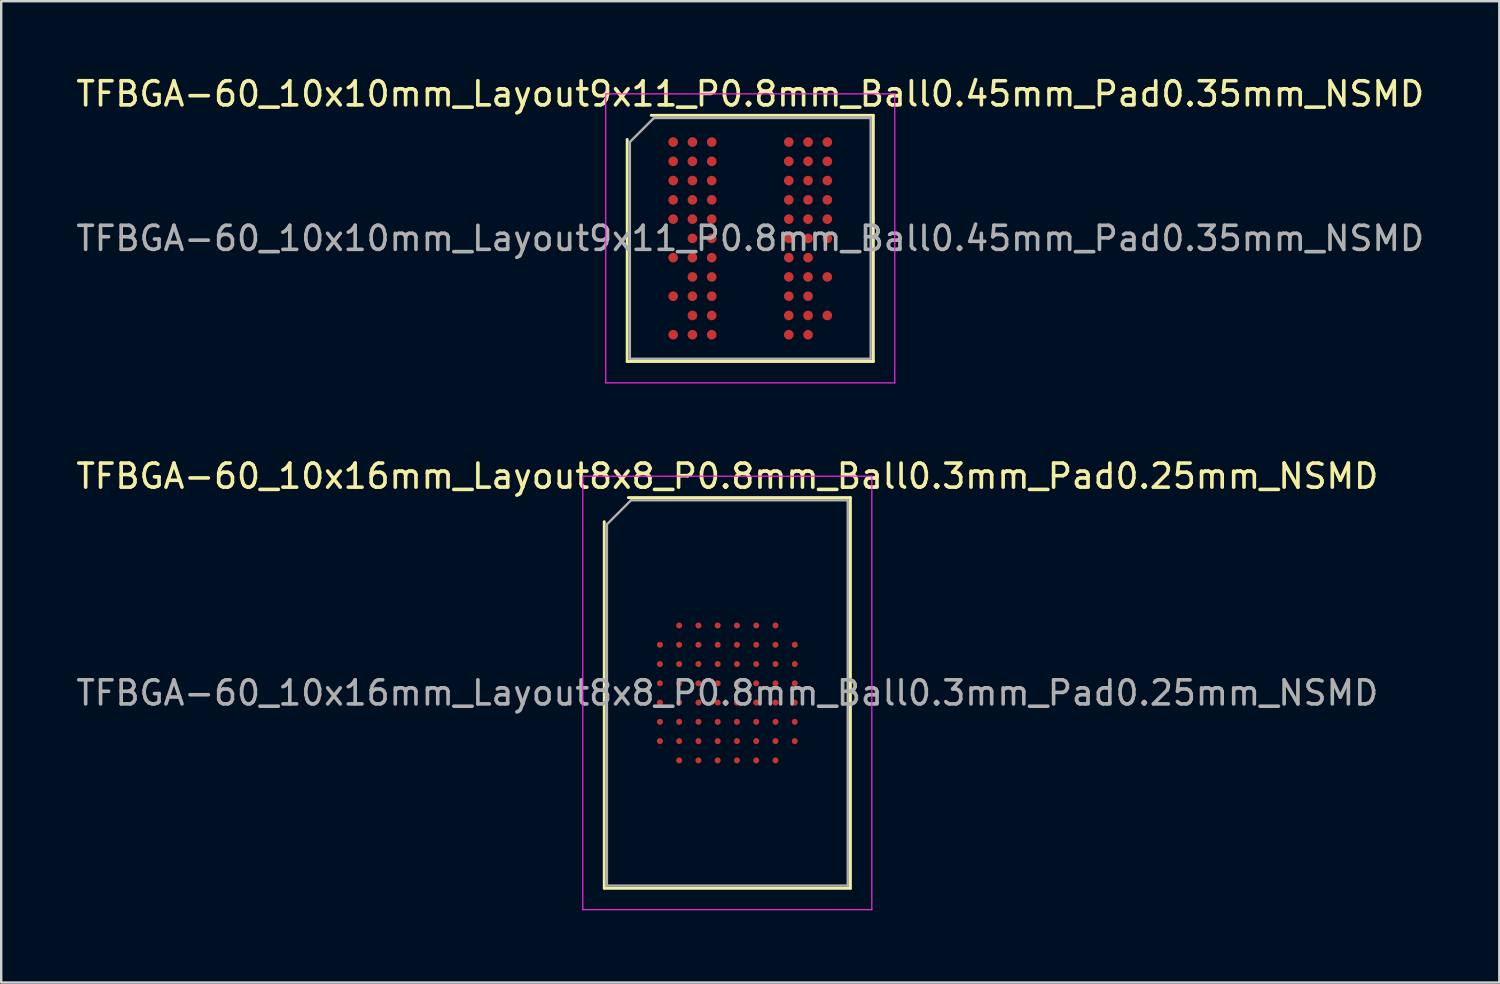
<source format=kicad_pcb>
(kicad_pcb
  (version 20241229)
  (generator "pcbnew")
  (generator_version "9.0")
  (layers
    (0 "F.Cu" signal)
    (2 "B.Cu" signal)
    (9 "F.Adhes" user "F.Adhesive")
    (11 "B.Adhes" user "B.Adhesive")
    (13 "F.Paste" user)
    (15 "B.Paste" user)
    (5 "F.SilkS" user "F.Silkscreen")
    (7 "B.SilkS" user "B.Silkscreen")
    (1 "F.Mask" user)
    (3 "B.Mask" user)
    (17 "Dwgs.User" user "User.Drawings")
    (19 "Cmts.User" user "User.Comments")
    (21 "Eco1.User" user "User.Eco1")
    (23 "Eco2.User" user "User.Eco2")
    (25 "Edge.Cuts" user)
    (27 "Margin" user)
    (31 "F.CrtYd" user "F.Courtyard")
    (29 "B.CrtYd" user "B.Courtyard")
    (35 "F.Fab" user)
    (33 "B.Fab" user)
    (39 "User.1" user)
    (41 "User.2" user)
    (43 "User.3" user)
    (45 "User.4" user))
  (footprint "TFBGA-60_10x16mm_Layout8x8_P0.8mm_Ball0.3mm_Pad0.25mm_NSMD"
    (layer "F.Cu")
    (at 27.149 25.721)
    (property "Reference" "TFBGA-60_10x16mm_Layout8x8_P0.8mm_Ball0.3mm_Pad0.25mm_NSMD" (at 0 -9 0) (layer "F.SilkS") (effects (font (size 1 1) (thickness 0.15))))
    (attr smd)
    (fp_line (start -5.11 8.11) (end -5.11 -7.11) (stroke (width 0.12) (type solid)) (layer "F.SilkS"))
    (fp_line (start -4.11 -8.11) (end 5.11 -8.11) (stroke (width 0.12) (type solid)) (layer "F.SilkS"))
    (fp_line (start 5.11 -8.11) (end 5.11 8.11) (stroke (width 0.12) (type solid)) (layer "F.SilkS"))
    (fp_line (start 5.11 8.11) (end -5.11 8.11) (stroke (width 0.12) (type solid)) (layer "F.SilkS"))
    (fp_line (start -6 -9) (end -6 9) (stroke (width 0.05) (type solid)) (layer "F.CrtYd"))
    (fp_line (start -6 9) (end 6 9) (stroke (width 0.05) (type solid)) (layer "F.CrtYd"))
    (fp_line (start 6 -9) (end -6 -9) (stroke (width 0.05) (type solid)) (layer "F.CrtYd"))
    (fp_line (start 6 9) (end 6 -9) (stroke (width 0.05) (type solid)) (layer "F.CrtYd"))
    (fp_line (start -5 -7) (end -4 -8) (stroke (width 0.1) (type solid)) (layer "F.Fab"))
    (fp_line (start -5 8) (end -5 -7) (stroke (width 0.1) (type solid)) (layer "F.Fab"))
    (fp_line (start -4 -8) (end 5 -8) (stroke (width 0.1) (type solid)) (layer "F.Fab"))
    (fp_line (start 5 -8) (end 5 8) (stroke (width 0.1) (type solid)) (layer "F.Fab"))
    (fp_line (start 5 8) (end -5 8) (stroke (width 0.1) (type solid)) (layer "F.Fab"))
    (fp_text user "${REFERENCE}" (at 0 0 0) (layer "F.Fab") (effects (font (size 1 1) (thickness 0.15))))
    (pad "A2" smd circle (at -2 -2.8) (size 0.25 0.25) (layers "F.Cu" "F.Mask" "F.Paste"))
    (pad "A3" smd circle (at -1.2 -2.8) (size 0.25 0.25) (layers "F.Cu" "F.Mask" "F.Paste"))
    (pad "A4" smd circle (at -0.4 -2.8) (size 0.25 0.25) (layers "F.Cu" "F.Mask" "F.Paste"))
    (pad "A5" smd circle (at 0.4 -2.8) (size 0.25 0.25) (layers "F.Cu" "F.Mask" "F.Paste"))
    (pad "A6" smd circle (at 1.2 -2.8) (size 0.25 0.25) (layers "F.Cu" "F.Mask" "F.Paste"))
    (pad "A7" smd circle (at 2 -2.8) (size 0.25 0.25) (layers "F.Cu" "F.Mask" "F.Paste"))
    (pad "B1" smd circle (at -2.8 -2) (size 0.25 0.25) (layers "F.Cu" "F.Mask" "F.Paste"))
    (pad "B2" smd circle (at -2 -2) (size 0.25 0.25) (layers "F.Cu" "F.Mask" "F.Paste"))
    (pad "B3" smd circle (at -1.2 -2) (size 0.25 0.25) (layers "F.Cu" "F.Mask" "F.Paste"))
    (pad "B4" smd circle (at -0.4 -2) (size 0.25 0.25) (layers "F.Cu" "F.Mask" "F.Paste"))
    (pad "B5" smd circle (at 0.4 -2) (size 0.25 0.25) (layers "F.Cu" "F.Mask" "F.Paste"))
    (pad "B6" smd circle (at 1.2 -2) (size 0.25 0.25) (layers "F.Cu" "F.Mask" "F.Paste"))
    (pad "B7" smd circle (at 2 -2) (size 0.25 0.25) (layers "F.Cu" "F.Mask" "F.Paste"))
    (pad "B8" smd circle (at 2.8 -2) (size 0.25 0.25) (layers "F.Cu" "F.Mask" "F.Paste"))
    (pad "C1" smd circle (at -2.8 -1.2) (size 0.25 0.25) (layers "F.Cu" "F.Mask" "F.Paste"))
    (pad "C2" smd circle (at -2 -1.2) (size 0.25 0.25) (layers "F.Cu" "F.Mask" "F.Paste"))
    (pad "C3" smd circle (at -1.2 -1.2) (size 0.25 0.25) (layers "F.Cu" "F.Mask" "F.Paste"))
    (pad "C4" smd circle (at -0.4 -1.2) (size 0.25 0.25) (layers "F.Cu" "F.Mask" "F.Paste"))
    (pad "C5" smd circle (at 0.4 -1.2) (size 0.25 0.25) (layers "F.Cu" "F.Mask" "F.Paste"))
    (pad "C6" smd circle (at 1.2 -1.2) (size 0.25 0.25) (layers "F.Cu" "F.Mask" "F.Paste"))
    (pad "C7" smd circle (at 2 -1.2) (size 0.25 0.25) (layers "F.Cu" "F.Mask" "F.Paste"))
    (pad "C8" smd circle (at 2.8 -1.2) (size 0.25 0.25) (layers "F.Cu" "F.Mask" "F.Paste"))
    (pad "D1" smd circle (at -2.8 -0.4) (size 0.25 0.25) (layers "F.Cu" "F.Mask" "F.Paste"))
    (pad "D2" smd circle (at -2 -0.4) (size 0.25 0.25) (layers "F.Cu" "F.Mask" "F.Paste"))
    (pad "D3" smd circle (at -1.2 -0.4) (size 0.25 0.25) (layers "F.Cu" "F.Mask" "F.Paste"))
    (pad "D4" smd circle (at -0.4 -0.4) (size 0.25 0.25) (layers "F.Cu" "F.Mask" "F.Paste"))
    (pad "D5" smd circle (at 0.4 -0.4) (size 0.25 0.25) (layers "F.Cu" "F.Mask" "F.Paste"))
    (pad "D6" smd circle (at 1.2 -0.4) (size 0.25 0.25) (layers "F.Cu" "F.Mask" "F.Paste"))
    (pad "D7" smd circle (at 2 -0.4) (size 0.25 0.25) (layers "F.Cu" "F.Mask" "F.Paste"))
    (pad "D8" smd circle (at 2.8 -0.4) (size 0.25 0.25) (layers "F.Cu" "F.Mask" "F.Paste"))
    (pad "E1" smd circle (at -2.8 0.4) (size 0.25 0.25) (layers "F.Cu" "F.Mask" "F.Paste"))
    (pad "E2" smd circle (at -2 0.4) (size 0.25 0.25) (layers "F.Cu" "F.Mask" "F.Paste"))
    (pad "E3" smd circle (at -1.2 0.4) (size 0.25 0.25) (layers "F.Cu" "F.Mask" "F.Paste"))
    (pad "E4" smd circle (at -0.4 0.4) (size 0.25 0.25) (layers "F.Cu" "F.Mask" "F.Paste"))
    (pad "E5" smd circle (at 0.4 0.4) (size 0.25 0.25) (layers "F.Cu" "F.Mask" "F.Paste"))
    (pad "E6" smd circle (at 1.2 0.4) (size 0.25 0.25) (layers "F.Cu" "F.Mask" "F.Paste"))
    (pad "E7" smd circle (at 2 0.4) (size 0.25 0.25) (layers "F.Cu" "F.Mask" "F.Paste"))
    (pad "E8" smd circle (at 2.8 0.4) (size 0.25 0.25) (layers "F.Cu" "F.Mask" "F.Paste"))
    (pad "F1" smd circle (at -2.8 1.2) (size 0.25 0.25) (layers "F.Cu" "F.Mask" "F.Paste"))
    (pad "F2" smd circle (at -2 1.2) (size 0.25 0.25) (layers "F.Cu" "F.Mask" "F.Paste"))
    (pad "F3" smd circle (at -1.2 1.2) (size 0.25 0.25) (layers "F.Cu" "F.Mask" "F.Paste"))
    (pad "F4" smd circle (at -0.4 1.2) (size 0.25 0.25) (layers "F.Cu" "F.Mask" "F.Paste"))
    (pad "F5" smd circle (at 0.4 1.2) (size 0.25 0.25) (layers "F.Cu" "F.Mask" "F.Paste"))
    (pad "F6" smd circle (at 1.2 1.2) (size 0.25 0.25) (layers "F.Cu" "F.Mask" "F.Paste"))
    (pad "F7" smd circle (at 2 1.2) (size 0.25 0.25) (layers "F.Cu" "F.Mask" "F.Paste"))
    (pad "F8" smd circle (at 2.8 1.2) (size 0.25 0.25) (layers "F.Cu" "F.Mask" "F.Paste"))
    (pad "G1" smd circle (at -2.8 2) (size 0.25 0.25) (layers "F.Cu" "F.Mask" "F.Paste"))
    (pad "G2" smd circle (at -2 2) (size 0.25 0.25) (layers "F.Cu" "F.Mask" "F.Paste"))
    (pad "G3" smd circle (at -1.2 2) (size 0.25 0.25) (layers "F.Cu" "F.Mask" "F.Paste"))
    (pad "G4" smd circle (at -0.4 2) (size 0.25 0.25) (layers "F.Cu" "F.Mask" "F.Paste"))
    (pad "G5" smd circle (at 0.4 2) (size 0.25 0.25) (layers "F.Cu" "F.Mask" "F.Paste"))
    (pad "G6" smd circle (at 1.2 2) (size 0.25 0.25) (layers "F.Cu" "F.Mask" "F.Paste"))
    (pad "G7" smd circle (at 2 2) (size 0.25 0.25) (layers "F.Cu" "F.Mask" "F.Paste"))
    (pad "G8" smd circle (at 2.8 2) (size 0.25 0.25) (layers "F.Cu" "F.Mask" "F.Paste"))
    (pad "H2" smd circle (at -2 2.8) (size 0.25 0.25) (layers "F.Cu" "F.Mask" "F.Paste"))
    (pad "H3" smd circle (at -1.2 2.8) (size 0.25 0.25) (layers "F.Cu" "F.Mask" "F.Paste"))
    (pad "H4" smd circle (at -0.4 2.8) (size 0.25 0.25) (layers "F.Cu" "F.Mask" "F.Paste"))
    (pad "H5" smd circle (at 0.4 2.8) (size 0.25 0.25) (layers "F.Cu" "F.Mask" "F.Paste"))
    (pad "H6" smd circle (at 1.2 2.8) (size 0.25 0.25) (layers "F.Cu" "F.Mask" "F.Paste"))
    (pad "H7" smd circle (at 2 2.8) (size 0.25 0.25) (layers "F.Cu" "F.Mask" "F.Paste")))
  (footprint "TFBGA-60_10x10mm_Layout9x11_P0.8mm_Ball0.45mm_Pad0.35mm_NSMD"
    (layer "F.Cu")
    (at 28.101 6.848)
    (property "Reference" "TFBGA-60_10x10mm_Layout9x11_P0.8mm_Ball0.45mm_Pad0.35mm_NSMD" (at 0 -6 0) (layer "F.SilkS") (effects (font (size 1 1) (thickness 0.15))))
    (attr smd)
    (fp_line (start -5.11 5.11) (end -5.11 -4.11) (stroke (width 0.12) (type solid)) (layer "F.SilkS"))
    (fp_line (start -4.11 -5.11) (end 5.11 -5.11) (stroke (width 0.12) (type solid)) (layer "F.SilkS"))
    (fp_line (start 5.11 -5.11) (end 5.11 5.11) (stroke (width 0.12) (type solid)) (layer "F.SilkS"))
    (fp_line (start 5.11 5.11) (end -5.11 5.11) (stroke (width 0.12) (type solid)) (layer "F.SilkS"))
    (fp_line (start -6 -6) (end -6 6) (stroke (width 0.05) (type solid)) (layer "F.CrtYd"))
    (fp_line (start -6 6) (end 6 6) (stroke (width 0.05) (type solid)) (layer "F.CrtYd"))
    (fp_line (start 6 -6) (end -6 -6) (stroke (width 0.05) (type solid)) (layer "F.CrtYd"))
    (fp_line (start 6 6) (end 6 -6) (stroke (width 0.05) (type solid)) (layer "F.CrtYd"))
    (fp_line (start -5 -4) (end -4 -5) (stroke (width 0.1) (type solid)) (layer "F.Fab"))
    (fp_line (start -5 5) (end -5 -4) (stroke (width 0.1) (type solid)) (layer "F.Fab"))
    (fp_line (start -4 -5) (end 5 -5) (stroke (width 0.1) (type solid)) (layer "F.Fab"))
    (fp_line (start 5 -5) (end 5 5) (stroke (width 0.1) (type solid)) (layer "F.Fab"))
    (fp_line (start 5 5) (end -5 5) (stroke (width 0.1) (type solid)) (layer "F.Fab"))
    (fp_text user "${REFERENCE}" (at 0 0 0) (layer "F.Fab") (effects (font (size 1 1) (thickness 0.15))))
    (pad "A1" smd circle (at -3.2 -4) (size 0.4 0.4) (layers "F.Cu" "F.Mask" "F.Paste"))
    (pad "A2" smd circle (at -2.4 -4) (size 0.4 0.4) (layers "F.Cu" "F.Mask" "F.Paste"))
    (pad "A3" smd circle (at -1.6 -4) (size 0.4 0.4) (layers "F.Cu" "F.Mask" "F.Paste"))
    (pad "A7" smd circle (at 1.6 -4) (size 0.4 0.4) (layers "F.Cu" "F.Mask" "F.Paste"))
    (pad "A8" smd circle (at 2.4 -4) (size 0.4 0.4) (layers "F.Cu" "F.Mask" "F.Paste"))
    (pad "A9" smd circle (at 3.2 -4) (size 0.4 0.4) (layers "F.Cu" "F.Mask" "F.Paste"))
    (pad "B1" smd circle (at -3.2 -3.2) (size 0.4 0.4) (layers "F.Cu" "F.Mask" "F.Paste"))
    (pad "B2" smd circle (at -2.4 -3.2) (size 0.4 0.4) (layers "F.Cu" "F.Mask" "F.Paste"))
    (pad "B3" smd circle (at -1.6 -3.2) (size 0.4 0.4) (layers "F.Cu" "F.Mask" "F.Paste"))
    (pad "B7" smd circle (at 1.6 -3.2) (size 0.4 0.4) (layers "F.Cu" "F.Mask" "F.Paste"))
    (pad "B8" smd circle (at 2.4 -3.2) (size 0.4 0.4) (layers "F.Cu" "F.Mask" "F.Paste"))
    (pad "B9" smd circle (at 3.2 -3.2) (size 0.4 0.4) (layers "F.Cu" "F.Mask" "F.Paste"))
    (pad "C1" smd circle (at -3.2 -2.4) (size 0.4 0.4) (layers "F.Cu" "F.Mask" "F.Paste"))
    (pad "C2" smd circle (at -2.4 -2.4) (size 0.4 0.4) (layers "F.Cu" "F.Mask" "F.Paste"))
    (pad "C3" smd circle (at -1.6 -2.4) (size 0.4 0.4) (layers "F.Cu" "F.Mask" "F.Paste"))
    (pad "C7" smd circle (at 1.6 -2.4) (size 0.4 0.4) (layers "F.Cu" "F.Mask" "F.Paste"))
    (pad "C8" smd circle (at 2.4 -2.4) (size 0.4 0.4) (layers "F.Cu" "F.Mask" "F.Paste"))
    (pad "C9" smd circle (at 3.2 -2.4) (size 0.4 0.4) (layers "F.Cu" "F.Mask" "F.Paste"))
    (pad "D1" smd circle (at -3.2 -1.6) (size 0.4 0.4) (layers "F.Cu" "F.Mask" "F.Paste"))
    (pad "D2" smd circle (at -2.4 -1.6) (size 0.4 0.4) (layers "F.Cu" "F.Mask" "F.Paste"))
    (pad "D3" smd circle (at -1.6 -1.6) (size 0.4 0.4) (layers "F.Cu" "F.Mask" "F.Paste"))
    (pad "D7" smd circle (at 1.6 -1.6) (size 0.4 0.4) (layers "F.Cu" "F.Mask" "F.Paste"))
    (pad "D8" smd circle (at 2.4 -1.6) (size 0.4 0.4) (layers "F.Cu" "F.Mask" "F.Paste"))
    (pad "D9" smd circle (at 3.2 -1.6) (size 0.4 0.4) (layers "F.Cu" "F.Mask" "F.Paste"))
    (pad "E1" smd circle (at -3.2 -0.8) (size 0.4 0.4) (layers "F.Cu" "F.Mask" "F.Paste"))
    (pad "E2" smd circle (at -2.4 -0.8) (size 0.4 0.4) (layers "F.Cu" "F.Mask" "F.Paste"))
    (pad "E3" smd circle (at -1.6 -0.8) (size 0.4 0.4) (layers "F.Cu" "F.Mask" "F.Paste"))
    (pad "E7" smd circle (at 1.6 -0.8) (size 0.4 0.4) (layers "F.Cu" "F.Mask" "F.Paste"))
    (pad "E8" smd circle (at 2.4 -0.8) (size 0.4 0.4) (layers "F.Cu" "F.Mask" "F.Paste"))
    (pad "E9" smd circle (at 3.2 -0.8) (size 0.4 0.4) (layers "F.Cu" "F.Mask" "F.Paste"))
    (pad "F2" smd circle (at -2.4 0) (size 0.4 0.4) (layers "F.Cu" "F.Mask" "F.Paste"))
    (pad "F3" smd circle (at -1.6 0) (size 0.4 0.4) (layers "F.Cu" "F.Mask" "F.Paste"))
    (pad "F7" smd circle (at 1.6 0) (size 0.4 0.4) (layers "F.Cu" "F.Mask" "F.Paste"))
    (pad "F8" smd circle (at 2.4 0) (size 0.4 0.4) (layers "F.Cu" "F.Mask" "F.Paste"))
    (pad "F9" smd circle (at 3.2 0) (size 0.4 0.4) (layers "F.Cu" "F.Mask" "F.Paste"))
    (pad "G1" smd circle (at -3.2 0.8) (size 0.4 0.4) (layers "F.Cu" "F.Mask" "F.Paste"))
    (pad "G2" smd circle (at -2.4 0.8) (size 0.4 0.4) (layers "F.Cu" "F.Mask" "F.Paste"))
    (pad "G3" smd circle (at -1.6 0.8) (size 0.4 0.4) (layers "F.Cu" "F.Mask" "F.Paste"))
    (pad "G7" smd circle (at 1.6 0.8) (size 0.4 0.4) (layers "F.Cu" "F.Mask" "F.Paste"))
    (pad "G8" smd circle (at 2.4 0.8) (size 0.4 0.4) (layers "F.Cu" "F.Mask" "F.Paste"))
    (pad "H2" smd circle (at -2.4 1.6) (size 0.4 0.4) (layers "F.Cu" "F.Mask" "F.Paste"))
    (pad "H3" smd circle (at -1.6 1.6) (size 0.4 0.4) (layers "F.Cu" "F.Mask" "F.Paste"))
    (pad "H7" smd circle (at 1.6 1.6) (size 0.4 0.4) (layers "F.Cu" "F.Mask" "F.Paste"))
    (pad "H8" smd circle (at 2.4 1.6) (size 0.4 0.4) (layers "F.Cu" "F.Mask" "F.Paste"))
    (pad "H9" smd circle (at 3.2 1.6) (size 0.4 0.4) (layers "F.Cu" "F.Mask" "F.Paste"))
    (pad "J1" smd circle (at -3.2 2.4) (size 0.4 0.4) (layers "F.Cu" "F.Mask" "F.Paste"))
    (pad "J2" smd circle (at -2.4 2.4) (size 0.4 0.4) (layers "F.Cu" "F.Mask" "F.Paste"))
    (pad "J3" smd circle (at -1.6 2.4) (size 0.4 0.4) (layers "F.Cu" "F.Mask" "F.Paste"))
    (pad "J7" smd circle (at 1.6 2.4) (size 0.4 0.4) (layers "F.Cu" "F.Mask" "F.Paste"))
    (pad "J8" smd circle (at 2.4 2.4) (size 0.4 0.4) (layers "F.Cu" "F.Mask" "F.Paste"))
    (pad "K2" smd circle (at -2.4 3.2) (size 0.4 0.4) (layers "F.Cu" "F.Mask" "F.Paste"))
    (pad "K3" smd circle (at -1.6 3.2) (size 0.4 0.4) (layers "F.Cu" "F.Mask" "F.Paste"))
    (pad "K7" smd circle (at 1.6 3.2) (size 0.4 0.4) (layers "F.Cu" "F.Mask" "F.Paste"))
    (pad "K8" smd circle (at 2.4 3.2) (size 0.4 0.4) (layers "F.Cu" "F.Mask" "F.Paste"))
    (pad "K9" smd circle (at 3.2 3.2) (size 0.4 0.4) (layers "F.Cu" "F.Mask" "F.Paste"))
    (pad "L1" smd circle (at -3.2 4) (size 0.4 0.4) (layers "F.Cu" "F.Mask" "F.Paste"))
    (pad "L2" smd circle (at -2.4 4) (size 0.4 0.4) (layers "F.Cu" "F.Mask" "F.Paste"))
    (pad "L3" smd circle (at -1.6 4) (size 0.4 0.4) (layers "F.Cu" "F.Mask" "F.Paste"))
    (pad "L7" smd circle (at 1.6 4) (size 0.4 0.4) (layers "F.Cu" "F.Mask" "F.Paste"))
    (pad "L8" smd circle (at 2.4 4) (size 0.4 0.4) (layers "F.Cu" "F.Mask" "F.Paste")))
  (gr_rect
    (start -3 -3)
    (end 59.202 37.746)
    (stroke (width 0.1) (type default))
    (fill no)
    (layer "Edge.Cuts")))
</source>
